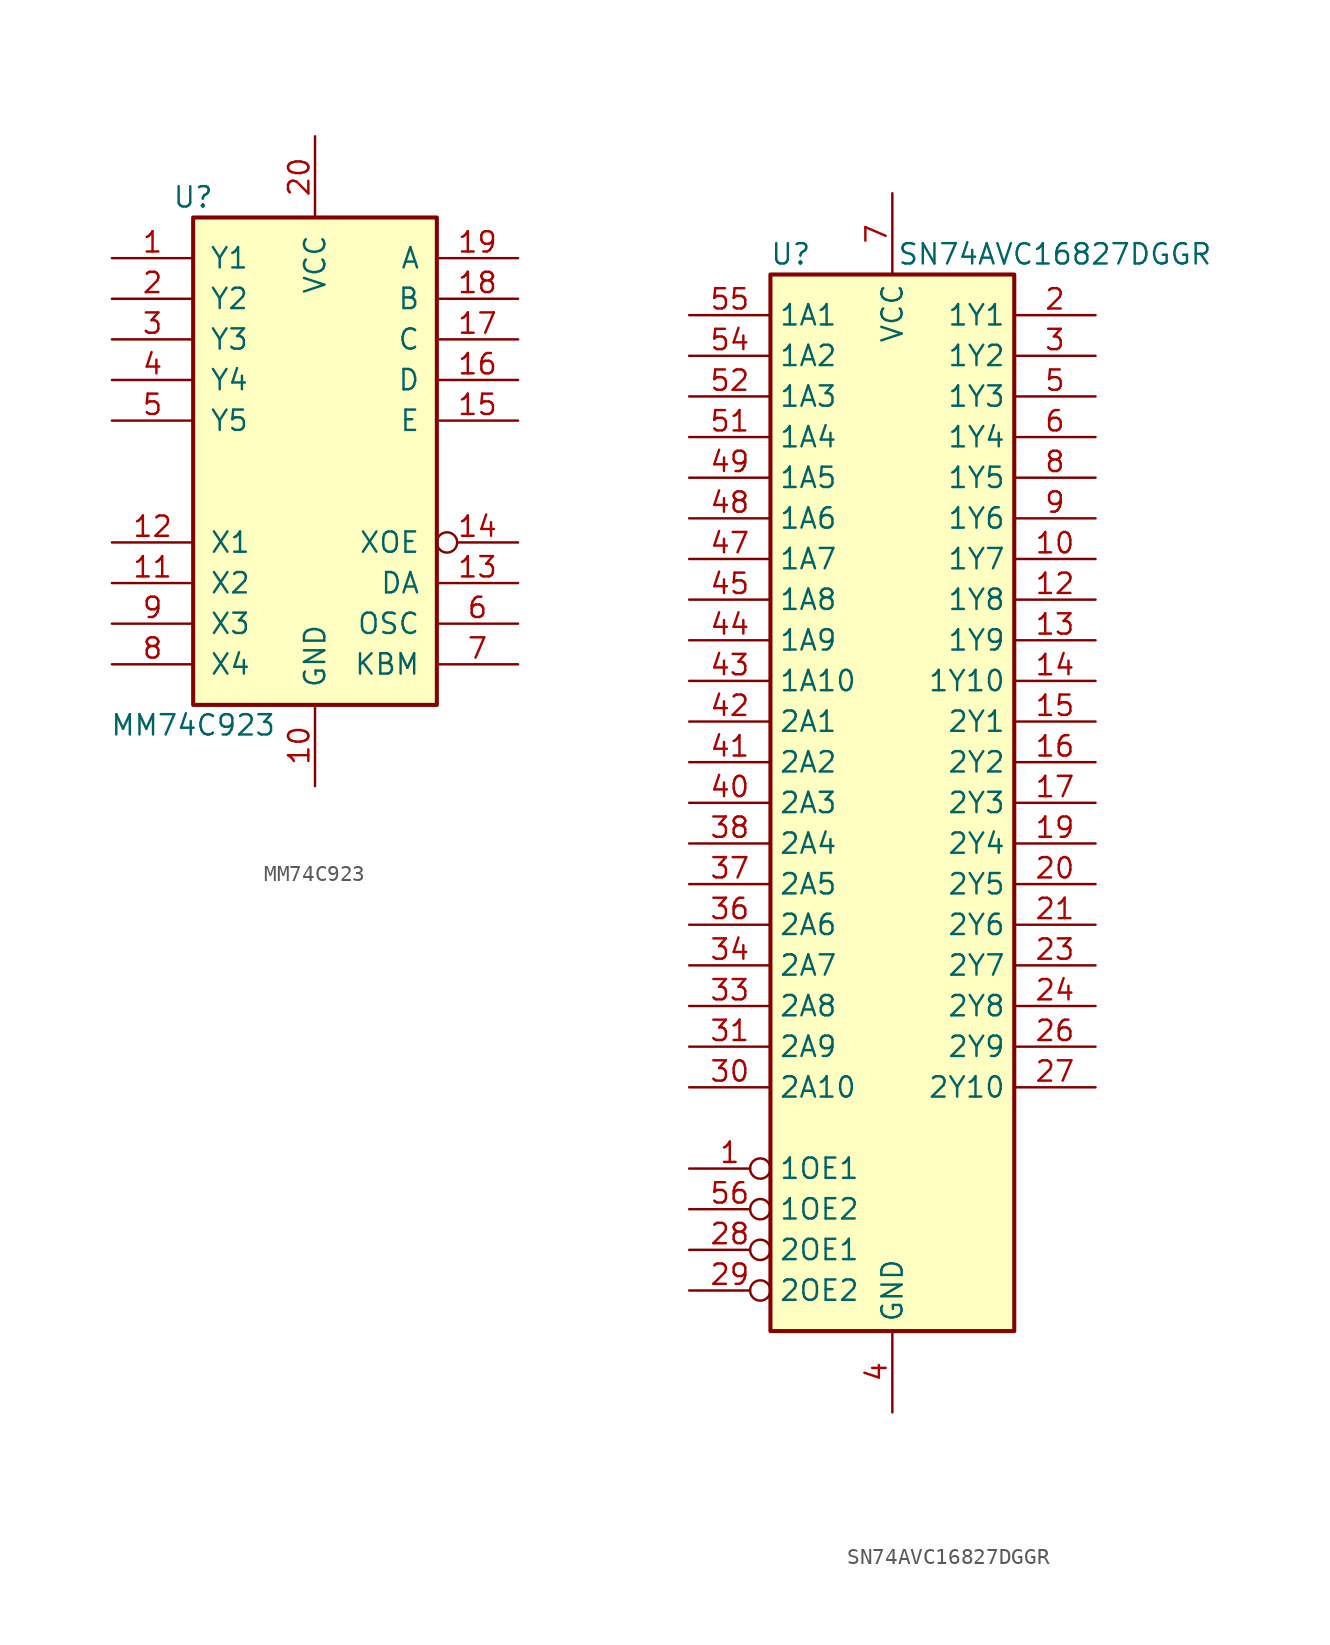
<source format=kicad_sym>
(kicad_symbol_lib
  (version 20241209)
  (generator "kicad_symbol_editor")
  (generator_version "9.0")
  (symbol "MM74C923"
    (pin_names
      (offset 1.016))
    (property "Reference" "U"
      (at -7.62 16.51 0)
      (effects (font (size 1.27 1.27))))
    (property "Value" "MM74C923"
      (at -7.62 -16.51 0)
      (effects (font (size 1.27 1.27))))
    (property "ki_locked" ""
      (at 0 0 0)
      (effects (font (size 1.27 1.27))))
    (symbol "MM74C923_1_0"
      (pin input line (at -12.7 12.7 0) (length 5.08) (name "Y1" (effects (font (size 1.27 1.27)))) (number "1" (effects (font (size 1.27 1.27)))))
      (pin input line (at -12.7 10.16 0) (length 5.08) (name "Y2" (effects (font (size 1.27 1.27)))) (number "2" (effects (font (size 1.27 1.27)))))
      (pin input line (at -12.7 7.62 0) (length 5.08) (name "Y3" (effects (font (size 1.27 1.27)))) (number "3" (effects (font (size 1.27 1.27)))))
      (pin input line (at -12.7 5.08 0) (length 5.08) (name "Y4" (effects (font (size 1.27 1.27)))) (number "4" (effects (font (size 1.27 1.27)))))
      (pin input line (at -12.7 2.54 0) (length 5.08) (name "Y5" (effects (font (size 1.27 1.27)))) (number "5" (effects (font (size 1.27 1.27)))))
      (pin output line (at -12.7 -5.08 0) (length 5.08) (name "X1" (effects (font (size 1.27 1.27)))) (number "12" (effects (font (size 1.27 1.27)))))
      (pin output line (at -12.7 -7.62 0) (length 5.08) (name "X2" (effects (font (size 1.27 1.27)))) (number "11" (effects (font (size 1.27 1.27)))))
      (pin output line (at -12.7 -10.16 0) (length 5.08) (name "X3" (effects (font (size 1.27 1.27)))) (number "9" (effects (font (size 1.27 1.27)))))
      (pin output line (at -12.7 -12.7 0) (length 5.08) (name "X4" (effects (font (size 1.27 1.27)))) (number "8" (effects (font (size 1.27 1.27)))))
      (pin power_in line (at 0 20.32 270) (length 5.08) (name "VCC" (effects (font (size 1.27 1.27)))) (number "20" (effects (font (size 1.27 1.27)))))
      (pin power_in line (at 0 -20.32 90) (length 5.08) (name "GND" (effects (font (size 1.27 1.27)))) (number "10" (effects (font (size 1.27 1.27)))))
      (pin tri_state line (at 12.7 12.7 180) (length 5.08) (name "A" (effects (font (size 1.27 1.27)))) (number "19" (effects (font (size 1.27 1.27)))))
      (pin tri_state line (at 12.7 10.16 180) (length 5.08) (name "B" (effects (font (size 1.27 1.27)))) (number "18" (effects (font (size 1.27 1.27)))))
      (pin tri_state line (at 12.7 7.62 180) (length 5.08) (name "C" (effects (font (size 1.27 1.27)))) (number "17" (effects (font (size 1.27 1.27)))))
      (pin tri_state line (at 12.7 5.08 180) (length 5.08) (name "D" (effects (font (size 1.27 1.27)))) (number "16" (effects (font (size 1.27 1.27)))))
      (pin tri_state line (at 12.7 2.54 180) (length 5.08) (name "E" (effects (font (size 1.27 1.27)))) (number "15" (effects (font (size 1.27 1.27)))))
      (pin input inverted (at 12.7 -5.08 180) (length 5.08) (name "XOE" (effects (font (size 1.27 1.27)))) (number "14" (effects (font (size 1.27 1.27)))))
      (pin output line (at 12.7 -7.62 180) (length 5.08) (name "DA" (effects (font (size 1.27 1.27)))) (number "13" (effects (font (size 1.27 1.27)))))
      (pin input line (at 12.7 -10.16 180) (length 5.08) (name "OSC" (effects (font (size 1.27 1.27)))) (number "6" (effects (font (size 1.27 1.27)))))
      (pin input line (at 12.7 -12.7 180) (length 5.08) (name "KBM" (effects (font (size 1.27 1.27)))) (number "7" (effects (font (size 1.27 1.27))))))
    (symbol "MM74C923_1_1"
      (rectangle (start -7.62 15.24) (end 7.62 -15.24) (stroke (width 0.254) (type solid)) (fill (type background)))))
  (symbol "SN74AVC16827DGGR"
    (property "Reference" "U"
      (at -6.35 34.29 0)
      (effects (font (size 1.27 1.27))))
    (property "Value" "SN74AVC16827DGGR"
      (at 10.16 34.29 0)
      (effects (font (size 1.27 1.27))))
    (symbol "SN74AVC16827DGGR_0_1"
      (rectangle (start -7.62 33.02) (end 7.62 -33.02) (stroke (width 0.254) (type solid)) (fill (type background))))
    (symbol "SN74AVC16827DGGR_1_1"
      (pin input line (at -12.7 30.48 0) (length 5.08) (name "1A1" (effects (font (size 1.27 1.27)))) (number "55" (effects (font (size 1.27 1.27)))))
      (pin input line (at -12.7 27.94 0) (length 5.08) (name "1A2" (effects (font (size 1.27 1.27)))) (number "54" (effects (font (size 1.27 1.27)))))
      (pin input line (at -12.7 25.4 0) (length 5.08) (name "1A3" (effects (font (size 1.27 1.27)))) (number "52" (effects (font (size 1.27 1.27)))))
      (pin input line (at -12.7 22.86 0) (length 5.08) (name "1A4" (effects (font (size 1.27 1.27)))) (number "51" (effects (font (size 1.27 1.27)))))
      (pin input line (at -12.7 20.32 0) (length 5.08) (name "1A5" (effects (font (size 1.27 1.27)))) (number "49" (effects (font (size 1.27 1.27)))))
      (pin input line (at -12.7 17.78 0) (length 5.08) (name "1A6" (effects (font (size 1.27 1.27)))) (number "48" (effects (font (size 1.27 1.27)))))
      (pin input line (at -12.7 15.24 0) (length 5.08) (name "1A7" (effects (font (size 1.27 1.27)))) (number "47" (effects (font (size 1.27 1.27)))))
      (pin input line (at -12.7 12.7 0) (length 5.08) (name "1A8" (effects (font (size 1.27 1.27)))) (number "45" (effects (font (size 1.27 1.27)))))
      (pin input line (at -12.7 10.16 0) (length 5.08) (name "1A9" (effects (font (size 1.27 1.27)))) (number "44" (effects (font (size 1.27 1.27)))))
      (pin input line (at -12.7 7.62 0) (length 5.08) (name "1A10" (effects (font (size 1.27 1.27)))) (number "43" (effects (font (size 1.27 1.27)))))
      (pin input line (at -12.7 5.08 0) (length 5.08) (name "2A1" (effects (font (size 1.27 1.27)))) (number "42" (effects (font (size 1.27 1.27)))))
      (pin input line (at -12.7 2.54 0) (length 5.08) (name "2A2" (effects (font (size 1.27 1.27)))) (number "41" (effects (font (size 1.27 1.27)))))
      (pin input line (at -12.7 0 0) (length 5.08) (name "2A3" (effects (font (size 1.27 1.27)))) (number "40" (effects (font (size 1.27 1.27)))))
      (pin input line (at -12.7 -2.54 0) (length 5.08) (name "2A4" (effects (font (size 1.27 1.27)))) (number "38" (effects (font (size 1.27 1.27)))))
      (pin input line (at -12.7 -5.08 0) (length 5.08) (name "2A5" (effects (font (size 1.27 1.27)))) (number "37" (effects (font (size 1.27 1.27)))))
      (pin input line (at -12.7 -7.62 0) (length 5.08) (name "2A6" (effects (font (size 1.27 1.27)))) (number "36" (effects (font (size 1.27 1.27)))))
      (pin input line (at -12.7 -10.16 0) (length 5.08) (name "2A7" (effects (font (size 1.27 1.27)))) (number "34" (effects (font (size 1.27 1.27)))))
      (pin input line (at -12.7 -12.7 0) (length 5.08) (name "2A8" (effects (font (size 1.27 1.27)))) (number "33" (effects (font (size 1.27 1.27)))))
      (pin input line (at -12.7 -15.24 0) (length 5.08) (name "2A9" (effects (font (size 1.27 1.27)))) (number "31" (effects (font (size 1.27 1.27)))))
      (pin input line (at -12.7 -17.78 0) (length 5.08) (name "2A10" (effects (font (size 1.27 1.27)))) (number "30" (effects (font (size 1.27 1.27)))))
      (pin input inverted (at -12.7 -22.86 0) (length 5.08) (name "1OE1" (effects (font (size 1.27 1.27)))) (number "1" (effects (font (size 1.27 1.27)))))
      (pin input inverted (at -12.7 -25.4 0) (length 5.08) (name "1OE2" (effects (font (size 1.27 1.27)))) (number "56" (effects (font (size 1.27 1.27)))))
      (pin input inverted (at -12.7 -27.94 0) (length 5.08) (name "2OE1" (effects (font (size 1.27 1.27)))) (number "28" (effects (font (size 1.27 1.27)))))
      (pin input inverted (at -12.7 -30.48 0) (length 5.08) (name "2OE2" (effects (font (size 1.27 1.27)))) (number "29" (effects (font (size 1.27 1.27)))))
      (pin passive line (at 0 38.1 270) (length 5.08) (hide yes) (name "VCC" (effects (font (size 1.27 1.27)))) (number "22" (effects (font (size 1.27 1.27)))))
      (pin passive line (at 0 38.1 270) (length 5.08) (hide yes) (name "VCC" (effects (font (size 1.27 1.27)))) (number "35" (effects (font (size 1.27 1.27)))))
      (pin passive line (at 0 38.1 270) (length 5.08) (hide yes) (name "VCC" (effects (font (size 1.27 1.27)))) (number "50" (effects (font (size 1.27 1.27)))))
      (pin power_in line (at 0 38.1 270) (length 5.08) (name "VCC" (effects (font (size 1.27 1.27)))) (number "7" (effects (font (size 1.27 1.27)))))
      (pin passive line (at 0 -38.1 90) (length 5.08) (hide yes) (name "GND" (effects (font (size 1.27 1.27)))) (number "11" (effects (font (size 1.27 1.27)))))
      (pin passive line (at 0 -38.1 90) (length 5.08) (hide yes) (name "GND" (effects (font (size 1.27 1.27)))) (number "18" (effects (font (size 1.27 1.27)))))
      (pin passive line (at 0 -38.1 90) (length 5.08) (hide yes) (name "GND" (effects (font (size 1.27 1.27)))) (number "25" (effects (font (size 1.27 1.27)))))
      (pin passive line (at 0 -38.1 90) (length 5.08) (hide yes) (name "GND" (effects (font (size 1.27 1.27)))) (number "32" (effects (font (size 1.27 1.27)))))
      (pin passive line (at 0 -38.1 90) (length 5.08) (hide yes) (name "GND" (effects (font (size 1.27 1.27)))) (number "39" (effects (font (size 1.27 1.27)))))
      (pin power_in line (at 0 -38.1 90) (length 5.08) (name "GND" (effects (font (size 1.27 1.27)))) (number "4" (effects (font (size 1.27 1.27)))))
      (pin passive line (at 0 -38.1 90) (length 5.08) (hide yes) (name "GND" (effects (font (size 1.27 1.27)))) (number "46" (effects (font (size 1.27 1.27)))))
      (pin passive line (at 0 -38.1 90) (length 5.08) (hide yes) (name "GND" (effects (font (size 1.27 1.27)))) (number "53" (effects (font (size 1.27 1.27)))))
      (pin output line (at 12.7 30.48 180) (length 5.08) (name "1Y1" (effects (font (size 1.27 1.27)))) (number "2" (effects (font (size 1.27 1.27)))))
      (pin output line (at 12.7 27.94 180) (length 5.08) (name "1Y2" (effects (font (size 1.27 1.27)))) (number "3" (effects (font (size 1.27 1.27)))))
      (pin output line (at 12.7 25.4 180) (length 5.08) (name "1Y3" (effects (font (size 1.27 1.27)))) (number "5" (effects (font (size 1.27 1.27)))))
      (pin output line (at 12.7 22.86 180) (length 5.08) (name "1Y4" (effects (font (size 1.27 1.27)))) (number "6" (effects (font (size 1.27 1.27)))))
      (pin output line (at 12.7 20.32 180) (length 5.08) (name "1Y5" (effects (font (size 1.27 1.27)))) (number "8" (effects (font (size 1.27 1.27)))))
      (pin output line (at 12.7 17.78 180) (length 5.08) (name "1Y6" (effects (font (size 1.27 1.27)))) (number "9" (effects (font (size 1.27 1.27)))))
      (pin output line (at 12.7 15.24 180) (length 5.08) (name "1Y7" (effects (font (size 1.27 1.27)))) (number "10" (effects (font (size 1.27 1.27)))))
      (pin output line (at 12.7 12.7 180) (length 5.08) (name "1Y8" (effects (font (size 1.27 1.27)))) (number "12" (effects (font (size 1.27 1.27)))))
      (pin output line (at 12.7 10.16 180) (length 5.08) (name "1Y9" (effects (font (size 1.27 1.27)))) (number "13" (effects (font (size 1.27 1.27)))))
      (pin output line (at 12.7 7.62 180) (length 5.08) (name "1Y10" (effects (font (size 1.27 1.27)))) (number "14" (effects (font (size 1.27 1.27)))))
      (pin output line (at 12.7 5.08 180) (length 5.08) (name "2Y1" (effects (font (size 1.27 1.27)))) (number "15" (effects (font (size 1.27 1.27)))))
      (pin output line (at 12.7 2.54 180) (length 5.08) (name "2Y2" (effects (font (size 1.27 1.27)))) (number "16" (effects (font (size 1.27 1.27)))))
      (pin output line (at 12.7 0 180) (length 5.08) (name "2Y3" (effects (font (size 1.27 1.27)))) (number "17" (effects (font (size 1.27 1.27)))))
      (pin output line (at 12.7 -2.54 180) (length 5.08) (name "2Y4" (effects (font (size 1.27 1.27)))) (number "19" (effects (font (size 1.27 1.27)))))
      (pin output line (at 12.7 -5.08 180) (length 5.08) (name "2Y5" (effects (font (size 1.27 1.27)))) (number "20" (effects (font (size 1.27 1.27)))))
      (pin output line (at 12.7 -7.62 180) (length 5.08) (name "2Y6" (effects (font (size 1.27 1.27)))) (number "21" (effects (font (size 1.27 1.27)))))
      (pin output line (at 12.7 -10.16 180) (length 5.08) (name "2Y7" (effects (font (size 1.27 1.27)))) (number "23" (effects (font (size 1.27 1.27)))))
      (pin output line (at 12.7 -12.7 180) (length 5.08) (name "2Y8" (effects (font (size 1.27 1.27)))) (number "24" (effects (font (size 1.27 1.27)))))
      (pin output line (at 12.7 -15.24 180) (length 5.08) (name "2Y9" (effects (font (size 1.27 1.27)))) (number "26" (effects (font (size 1.27 1.27)))))
      (pin output line (at 12.7 -17.78 180) (length 5.08) (name "2Y10" (effects (font (size 1.27 1.27)))) (number "27" (effects (font (size 1.27 1.27))))))))
</source>
